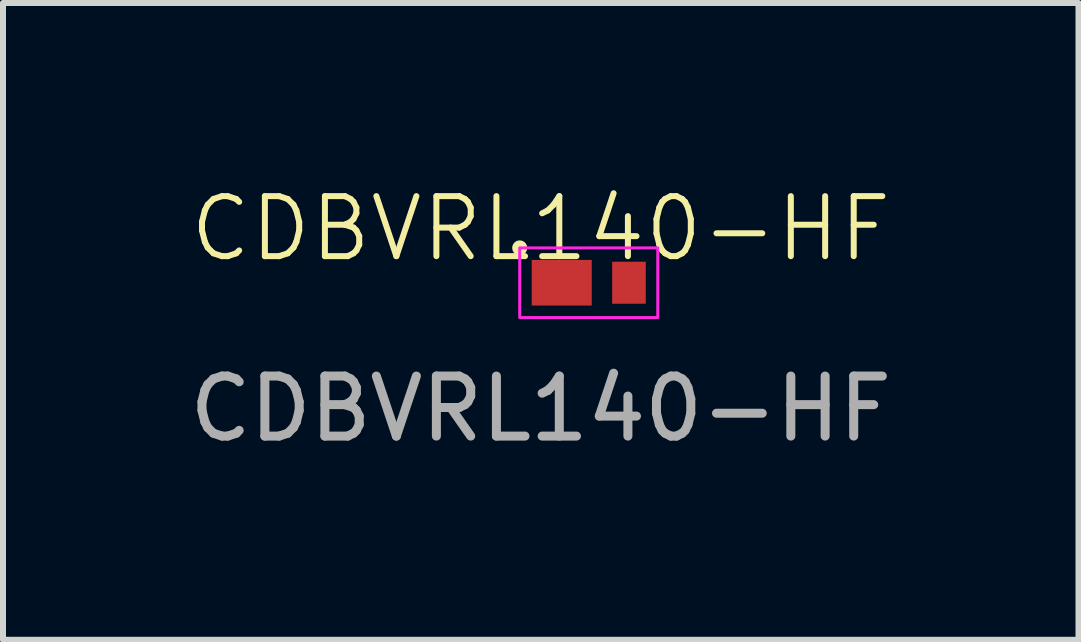
<source format=kicad_pcb>
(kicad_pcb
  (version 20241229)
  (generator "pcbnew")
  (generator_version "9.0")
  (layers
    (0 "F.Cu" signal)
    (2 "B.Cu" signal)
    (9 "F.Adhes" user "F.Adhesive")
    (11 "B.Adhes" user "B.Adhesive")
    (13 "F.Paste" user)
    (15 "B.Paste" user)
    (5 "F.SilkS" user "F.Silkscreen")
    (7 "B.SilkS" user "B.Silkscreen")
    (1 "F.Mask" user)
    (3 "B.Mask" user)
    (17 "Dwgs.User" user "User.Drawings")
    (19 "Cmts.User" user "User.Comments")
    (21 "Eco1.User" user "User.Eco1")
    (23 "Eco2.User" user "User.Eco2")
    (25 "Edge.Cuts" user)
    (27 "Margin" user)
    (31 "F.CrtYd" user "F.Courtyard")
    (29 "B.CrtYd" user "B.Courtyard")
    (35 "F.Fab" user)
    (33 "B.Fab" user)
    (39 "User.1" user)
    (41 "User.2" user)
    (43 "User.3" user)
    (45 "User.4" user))
  (footprint "CDBVRL140-HF"
    (layer "F.Cu")
    (at 5.958 1.26)
    (property "Reference" "CDBVRL140-HF" (at 0 -0.5 0) (unlocked yes) (layer "F.SilkS") (effects (font (size 1 1) (thickness 0.1))))
    (attr smd)
    (fp_circle (center -0.35 -0.18) (end -0.25 -0.18) (stroke (width 0.05) (type solid)) (fill yes) (layer "F.SilkS"))
    (fp_rect (start -0.35 -0.18) (end 1.95 0.98) (stroke (width 0.05) (type default)) (fill no) (layer "F.CrtYd"))
    (fp_text user "${REFERENCE}" (at 0 2.5 0) (unlocked yes) (layer "F.Fab") (effects (font (size 1 1) (thickness 0.15))))
    (pad "1" smd rect (at 0.35 0.4) (size 1 0.76) (layers "F.Cu" "F.Mask" "F.Paste"))
    (pad "2" smd rect (at 1.47 0.4) (size 0.56 0.7) (layers "F.Cu" "F.Mask" "F.Paste")))
  (gr_rect
    (start -3 -3)
    (end 14.917 7.609)
    (stroke (width 0.1) (type default))
    (fill no)
    (layer "Edge.Cuts")))
</source>
